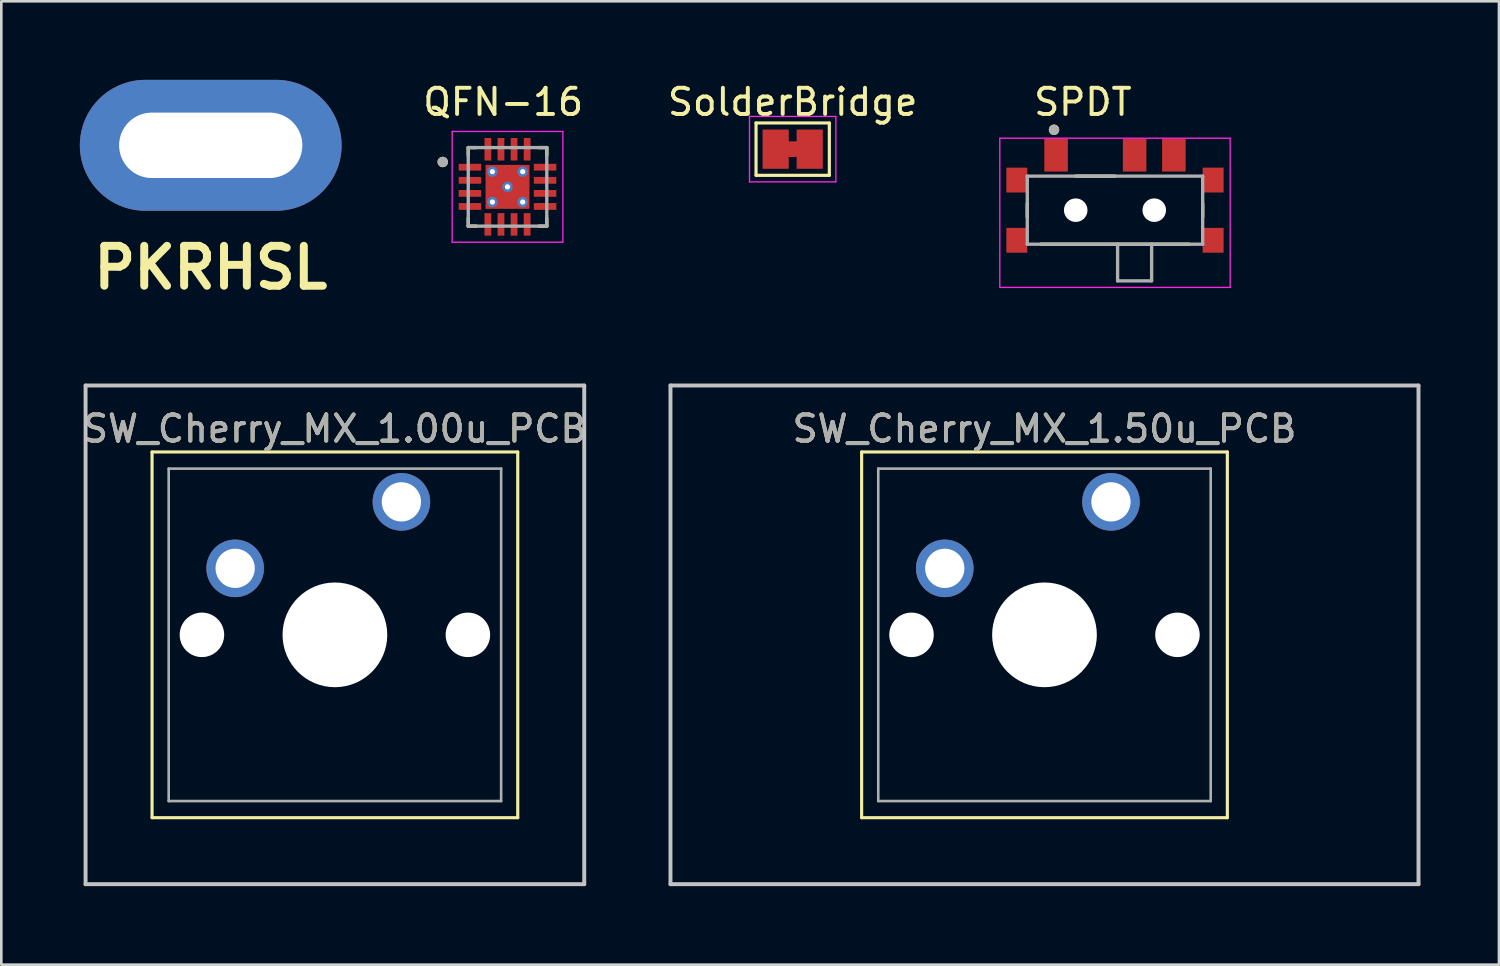
<source format=kicad_pcb>
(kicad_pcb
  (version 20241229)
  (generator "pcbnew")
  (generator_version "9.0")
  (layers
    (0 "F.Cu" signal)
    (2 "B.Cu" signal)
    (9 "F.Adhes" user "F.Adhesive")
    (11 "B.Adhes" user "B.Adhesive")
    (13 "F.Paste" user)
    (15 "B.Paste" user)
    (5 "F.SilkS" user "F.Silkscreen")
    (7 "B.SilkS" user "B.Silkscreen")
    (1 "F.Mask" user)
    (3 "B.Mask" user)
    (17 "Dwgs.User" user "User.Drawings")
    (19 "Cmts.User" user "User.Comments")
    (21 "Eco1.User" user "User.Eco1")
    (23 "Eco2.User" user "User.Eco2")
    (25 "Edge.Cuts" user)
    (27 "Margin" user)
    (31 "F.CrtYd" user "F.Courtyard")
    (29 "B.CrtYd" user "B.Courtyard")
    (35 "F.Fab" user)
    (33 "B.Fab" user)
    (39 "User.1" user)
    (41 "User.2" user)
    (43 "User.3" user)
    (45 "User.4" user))
  (footprint "SW_Cherry_MX_1.00u_PCB"
    (layer "F.Cu")
    (at 12.284 16.122)
    (property "Reference" "SW_Cherry_MX_1.00u_PCB" (at -2.54 -2.794 0) (layer "F.SilkS") (effects (font (size 1 1) (thickness 0.15))))
    (attr through_hole)
    (fp_line (start -9.525 -1.905) (end 4.445 -1.905) (stroke (width 0.12) (type solid)) (layer "F.SilkS"))
    (fp_line (start -9.525 12.065) (end -9.525 -1.905) (stroke (width 0.12) (type solid)) (layer "F.SilkS"))
    (fp_line (start 4.445 -1.905) (end 4.445 12.065) (stroke (width 0.12) (type solid)) (layer "F.SilkS"))
    (fp_line (start 4.445 12.065) (end -9.525 12.065) (stroke (width 0.12) (type solid)) (layer "F.SilkS"))
    (fp_line (start -12.065 -4.445) (end 6.985 -4.445) (stroke (width 0.15) (type solid)) (layer "Dwgs.User"))
    (fp_line (start -12.065 14.605) (end -12.065 -4.445) (stroke (width 0.15) (type solid)) (layer "Dwgs.User"))
    (fp_line (start 6.985 -4.445) (end 6.985 14.605) (stroke (width 0.15) (type solid)) (layer "Dwgs.User"))
    (fp_line (start 6.985 14.605) (end -12.065 14.605) (stroke (width 0.15) (type solid)) (layer "Dwgs.User"))
    (fp_line (start -8.89 -1.27) (end 3.81 -1.27) (stroke (width 0.1) (type solid)) (layer "F.Fab"))
    (fp_line (start -8.89 11.43) (end -8.89 -1.27) (stroke (width 0.1) (type solid)) (layer "F.Fab"))
    (fp_line (start 3.81 -1.27) (end 3.81 11.43) (stroke (width 0.1) (type solid)) (layer "F.Fab"))
    (fp_line (start 3.81 11.43) (end -8.89 11.43) (stroke (width 0.1) (type solid)) (layer "F.Fab"))
    (fp_text user "${REFERENCE}" (at -2.54 -2.794 0) (layer "F.Fab") (effects (font (size 1 1) (thickness 0.15))))
    (pad "" np_thru_hole circle (at -7.62 5.08) (size 1.7 1.7) (drill 1.7) (layers "*.Cu" "*.Mask"))
    (pad "" np_thru_hole circle (at -2.54 5.08) (size 4 4) (drill 4) (layers "*.Cu" "*.Mask"))
    (pad "" np_thru_hole circle (at 2.54 5.08) (size 1.7 1.7) (drill 1.7) (layers "*.Cu" "*.Mask"))
    (pad "1" thru_hole circle (at 0 0) (size 2.2 2.2) (drill 1.5) (layers "*.Cu" "*.Mask"))
    (pad "2" thru_hole circle (at -6.35 2.54) (size 2.2 2.2) (drill 1.5) (layers "*.Cu" "*.Mask")))
  (footprint "PKRHSL"
    (layer "F.Cu")
    (at 5 2.501)
    (property "Reference" "PKRHSL" (at 0 4.675 0) (layer "F.SilkS") (effects (font (size 1.524 1.524) (thickness 0.305))))
    (attr exclude_from_pos_files exclude_from_bom)
    (pad "" thru_hole oval (at 0 0) (size 10 5.001) (drill oval 7 2.499) (layers "*.Cu" "*.Mask")))
  (footprint "SW_Cherry_MX_1.50u_PCB"
    (layer "F.Cu")
    (at 39.391 16.122)
    (property "Reference" "SW_Cherry_MX_1.50u_PCB" (at -2.54 -2.794 0) (layer "F.SilkS") (effects (font (size 1 1) (thickness 0.15))))
    (attr through_hole)
    (fp_line (start -9.525 -1.905) (end 4.445 -1.905) (stroke (width 0.12) (type solid)) (layer "F.SilkS"))
    (fp_line (start -9.525 12.065) (end -9.525 -1.905) (stroke (width 0.12) (type solid)) (layer "F.SilkS"))
    (fp_line (start 4.445 -1.905) (end 4.445 12.065) (stroke (width 0.12) (type solid)) (layer "F.SilkS"))
    (fp_line (start 4.445 12.065) (end -9.525 12.065) (stroke (width 0.12) (type solid)) (layer "F.SilkS"))
    (fp_line (start -16.828 -4.445) (end 11.748 -4.445) (stroke (width 0.15) (type solid)) (layer "Dwgs.User"))
    (fp_line (start -16.828 14.605) (end -16.828 -4.445) (stroke (width 0.15) (type solid)) (layer "Dwgs.User"))
    (fp_line (start 11.748 -4.445) (end 11.748 14.605) (stroke (width 0.15) (type solid)) (layer "Dwgs.User"))
    (fp_line (start 11.748 14.605) (end -16.828 14.605) (stroke (width 0.15) (type solid)) (layer "Dwgs.User"))
    (fp_line (start -8.89 -1.27) (end 3.81 -1.27) (stroke (width 0.1) (type solid)) (layer "F.Fab"))
    (fp_line (start -8.89 11.43) (end -8.89 -1.27) (stroke (width 0.1) (type solid)) (layer "F.Fab"))
    (fp_line (start 3.81 -1.27) (end 3.81 11.43) (stroke (width 0.1) (type solid)) (layer "F.Fab"))
    (fp_line (start 3.81 11.43) (end -8.89 11.43) (stroke (width 0.1) (type solid)) (layer "F.Fab"))
    (fp_text user "${REFERENCE}" (at -2.54 -2.794 0) (layer "F.Fab") (effects (font (size 1 1) (thickness 0.15))))
    (pad "" np_thru_hole circle (at -7.62 5.08) (size 1.7 1.7) (drill 1.7) (layers "*.Cu" "*.Mask"))
    (pad "" np_thru_hole circle (at -2.54 5.08) (size 4 4) (drill 4) (layers "*.Cu" "*.Mask"))
    (pad "" np_thru_hole circle (at 2.54 5.08) (size 1.7 1.7) (drill 1.7) (layers "*.Cu" "*.Mask"))
    (pad "1" thru_hole circle (at 0 0) (size 2.2 2.2) (drill 1.5) (layers "*.Cu" "*.Mask"))
    (pad "2" thru_hole circle (at -6.35 2.54) (size 2.2 2.2) (drill 1.5) (layers "*.Cu" "*.Mask")))
  (footprint "SolderBridge"
    (layer "F.Cu")
    (at 27.232 2.648)
    (property "Reference" "SolderBridge" (at 0 -1.8 0) (layer "F.SilkS") (effects (font (size 1 1) (thickness 0.15))))
    (attr exclude_from_pos_files exclude_from_bom)
    (fp_poly (pts (xy -0.25 -0.3) (xy 0.25 -0.3) (xy 0.25 0.3) (xy -0.25 0.3)) (stroke (width 0) (type solid)) (fill yes) (layer "F.Cu"))
    (fp_line (start -1.4 -1) (end 1.4 -1) (stroke (width 0.12) (type solid)) (layer "F.SilkS"))
    (fp_line (start -1.4 1) (end -1.4 -1) (stroke (width 0.12) (type solid)) (layer "F.SilkS"))
    (fp_line (start 1.4 -1) (end 1.4 1) (stroke (width 0.12) (type solid)) (layer "F.SilkS"))
    (fp_line (start 1.4 1) (end -1.4 1) (stroke (width 0.12) (type solid)) (layer "F.SilkS"))
    (fp_line (start -1.65 -1.25) (end -1.65 1.25) (stroke (width 0.05) (type solid)) (layer "F.CrtYd"))
    (fp_line (start -1.65 -1.25) (end 1.65 -1.25) (stroke (width 0.05) (type solid)) (layer "F.CrtYd"))
    (fp_line (start 1.65 1.25) (end -1.65 1.25) (stroke (width 0.05) (type solid)) (layer "F.CrtYd"))
    (fp_line (start 1.65 1.25) (end 1.65 -1.25) (stroke (width 0.05) (type solid)) (layer "F.CrtYd"))
    (pad "1" smd rect (at -0.65 0) (size 1 1.5) (layers "F.Cu" "F.Mask"))
    (pad "2" smd rect (at 0.65 0) (size 1 1.5) (layers "F.Cu" "F.Mask")))
  (footprint "QFN-16"
    (layer "F.Cu")
    (at 16.338 4.088)
    (property "Reference" "QFN-16" (at -0.165 -3.24 0) (layer "F.SilkS") (effects (font (size 1 1) (thickness 0.15))))
    (attr smd)
    (fp_line (start -1.5 -1.5) (end -1.5 -1.2) (stroke (width 0.127) (type solid)) (layer "F.SilkS"))
    (fp_line (start -1.5 -1.5) (end -1.2 -1.5) (stroke (width 0.127) (type solid)) (layer "F.SilkS"))
    (fp_line (start -1.5 1.5) (end -1.5 1.2) (stroke (width 0.127) (type solid)) (layer "F.SilkS"))
    (fp_line (start -1.5 1.5) (end -1.2 1.5) (stroke (width 0.127) (type solid)) (layer "F.SilkS"))
    (fp_line (start 1.5 -1.5) (end 1.2 -1.5) (stroke (width 0.127) (type solid)) (layer "F.SilkS"))
    (fp_line (start 1.5 -1.5) (end 1.5 -1.2) (stroke (width 0.127) (type solid)) (layer "F.SilkS"))
    (fp_line (start 1.5 1.5) (end 1.2 1.5) (stroke (width 0.127) (type solid)) (layer "F.SilkS"))
    (fp_line (start 1.5 1.5) (end 1.5 1.2) (stroke (width 0.127) (type solid)) (layer "F.SilkS"))
    (fp_circle (center -2.475 -0.95) (end -2.375 -0.95) (stroke (width 0.2) (type solid)) (fill no) (layer "F.SilkS"))
    (fp_poly (pts (xy -0.53 -0.53) (xy 0.53 -0.53) (xy 0.53 0.53) (xy -0.53 0.53)) (stroke (width 0.01) (type solid)) (fill yes) (layer "F.Paste"))
    (fp_line (start -2.115 -2.115) (end 2.115 -2.115) (stroke (width 0.05) (type solid)) (layer "F.CrtYd"))
    (fp_line (start -2.115 2.115) (end -2.115 -2.115) (stroke (width 0.05) (type solid)) (layer "F.CrtYd"))
    (fp_line (start -2.115 2.115) (end 2.115 2.115) (stroke (width 0.05) (type solid)) (layer "F.CrtYd"))
    (fp_line (start 2.115 2.115) (end 2.115 -2.115) (stroke (width 0.05) (type solid)) (layer "F.CrtYd"))
    (fp_line (start -1.5 1.5) (end -1.5 -1.5) (stroke (width 0.127) (type solid)) (layer "F.Fab"))
    (fp_line (start 1.5 -1.5) (end -1.5 -1.5) (stroke (width 0.127) (type solid)) (layer "F.Fab"))
    (fp_line (start 1.5 1.5) (end -1.5 1.5) (stroke (width 0.127) (type solid)) (layer "F.Fab"))
    (fp_line (start 1.5 1.5) (end 1.5 -1.5) (stroke (width 0.127) (type solid)) (layer "F.Fab"))
    (fp_circle (center -2.475 -0.95) (end -2.375 -0.95) (stroke (width 0.2) (type solid)) (fill no) (layer "F.Fab"))
    (pad "1" smd roundrect (at -1.435 -0.75) (size 0.86 0.26) (layers "F.Cu" "F.Mask" "F.Paste") (roundrect_rratio 0.03))
    (pad "2" smd roundrect (at -1.435 -0.25) (size 0.86 0.26) (layers "F.Cu" "F.Mask" "F.Paste") (roundrect_rratio 0.03))
    (pad "3" smd roundrect (at -1.435 0.25) (size 0.86 0.26) (layers "F.Cu" "F.Mask" "F.Paste") (roundrect_rratio 0.03))
    (pad "4" smd roundrect (at -1.435 0.75) (size 0.86 0.26) (layers "F.Cu" "F.Mask" "F.Paste") (roundrect_rratio 0.03))
    (pad "5" smd roundrect (at -0.75 1.435 90) (size 0.86 0.26) (layers "F.Cu" "F.Mask" "F.Paste") (roundrect_rratio 0.03))
    (pad "6" smd roundrect (at -0.25 1.435 90) (size 0.86 0.26) (layers "F.Cu" "F.Mask" "F.Paste") (roundrect_rratio 0.03))
    (pad "7" smd roundrect (at 0.25 1.435 90) (size 0.86 0.26) (layers "F.Cu" "F.Mask" "F.Paste") (roundrect_rratio 0.03))
    (pad "8" smd roundrect (at 0.75 1.435 90) (size 0.86 0.26) (layers "F.Cu" "F.Mask" "F.Paste") (roundrect_rratio 0.03))
    (pad "9" smd roundrect (at 1.435 0.75) (size 0.86 0.26) (layers "F.Cu" "F.Mask" "F.Paste") (roundrect_rratio 0.03))
    (pad "10" smd roundrect (at 1.435 0.25) (size 0.86 0.26) (layers "F.Cu" "F.Mask" "F.Paste") (roundrect_rratio 0.03))
    (pad "11" smd roundrect (at 1.435 -0.25) (size 0.86 0.26) (layers "F.Cu" "F.Mask" "F.Paste") (roundrect_rratio 0.03))
    (pad "12" smd roundrect (at 1.435 -0.75) (size 0.86 0.26) (layers "F.Cu" "F.Mask" "F.Paste") (roundrect_rratio 0.03))
    (pad "13" smd roundrect (at 0.75 -1.435 90) (size 0.86 0.26) (layers "F.Cu" "F.Mask" "F.Paste") (roundrect_rratio 0.03))
    (pad "14" smd roundrect (at 0.25 -1.435 90) (size 0.86 0.26) (layers "F.Cu" "F.Mask" "F.Paste") (roundrect_rratio 0.03))
    (pad "15" smd roundrect (at -0.25 -1.435 90) (size 0.86 0.26) (layers "F.Cu" "F.Mask" "F.Paste") (roundrect_rratio 0.03))
    (pad "16" smd roundrect (at -0.75 -1.435 90) (size 0.86 0.26) (layers "F.Cu" "F.Mask" "F.Paste") (roundrect_rratio 0.03))
    (pad "17" smd rect (at 0 0) (size 1.68 1.68) (layers "F.Cu" "F.Mask"))
    (pad "18" thru_hole circle (at 0 0) (size 0.4 0.4) (drill 0.2) (layers "*.Cu"))
    (pad "19" thru_hole circle (at -0.58 -0.58) (size 0.4 0.4) (drill 0.2) (layers "*.Cu"))
    (pad "20" thru_hole circle (at 0.58 -0.58) (size 0.4 0.4) (drill 0.2) (layers "*.Cu"))
    (pad "21" thru_hole circle (at -0.58 0.58) (size 0.4 0.4) (drill 0.2) (layers "*.Cu"))
    (pad "22" thru_hole circle (at 0.58 0.58) (size 0.4 0.4) (drill 0.2) (layers "*.Cu")))
  (footprint "SPDT"
    (layer "F.Cu")
    (at 39.544 4.979)
    (property "Reference" "SPDT" (at -1.225 -4.131 0) (layer "F.SilkS") (effects (font (size 1 1) (thickness 0.15))))
    (attr smd)
    (fp_line (start -3.35 -0.254) (end -3.35 0.254) (stroke (width 0.127) (type solid)) (layer "F.SilkS"))
    (fp_line (start -2.83 1.3) (end 2.83 1.3) (stroke (width 0.127) (type solid)) (layer "F.SilkS"))
    (fp_line (start -1.5 -1.3) (end 0 -1.3) (stroke (width 0.127) (type solid)) (layer "F.SilkS"))
    (fp_line (start 3.35 -0.254) (end 3.35 0.254) (stroke (width 0.127) (type solid)) (layer "F.SilkS"))
    (fp_circle (center -2.329 -3.071) (end -2.229 -3.071) (stroke (width 0.2) (type solid)) (fill no) (layer "F.SilkS"))
    (fp_line (start -4.4 -2.75) (end -4.4 2.95) (stroke (width 0.05) (type solid)) (layer "F.CrtYd"))
    (fp_line (start -4.4 2.95) (end 4.4 2.95) (stroke (width 0.05) (type solid)) (layer "F.CrtYd"))
    (fp_line (start 4.4 -2.75) (end -4.4 -2.75) (stroke (width 0.05) (type solid)) (layer "F.CrtYd"))
    (fp_line (start 4.4 2.95) (end 4.4 -2.75) (stroke (width 0.05) (type solid)) (layer "F.CrtYd"))
    (fp_line (start -3.35 -1.3) (end 3.35 -1.3) (stroke (width 0.127) (type solid)) (layer "F.Fab"))
    (fp_line (start -3.35 1.3) (end -3.35 -1.3) (stroke (width 0.127) (type solid)) (layer "F.Fab"))
    (fp_line (start 0.1 1.3) (end -3.35 1.3) (stroke (width 0.127) (type solid)) (layer "F.Fab"))
    (fp_line (start 0.1 1.3) (end 0.1 2.7) (stroke (width 0.127) (type solid)) (layer "F.Fab"))
    (fp_line (start 0.1 1.3) (end 1.4 1.3) (stroke (width 0.127) (type solid)) (layer "F.Fab"))
    (fp_line (start 0.1 2.7) (end 1.4 2.7) (stroke (width 0.127) (type solid)) (layer "F.Fab"))
    (fp_line (start 1.4 2.7) (end 1.4 1.3) (stroke (width 0.127) (type solid)) (layer "F.Fab"))
    (fp_line (start 3.35 -1.3) (end 3.35 1.3) (stroke (width 0.127) (type solid)) (layer "F.Fab"))
    (fp_line (start 3.35 1.3) (end 1.4 1.3) (stroke (width 0.127) (type solid)) (layer "F.Fab"))
    (fp_circle (center -2.329 -3.071) (end -2.229 -3.071) (stroke (width 0.2) (type solid)) (fill no) (layer "F.Fab"))
    (pad "" smd rect (at -3.75 -1.15) (size 0.8 0.95) (layers "F.Cu" "F.Mask" "F.Paste"))
    (pad "" smd rect (at -3.75 1.15) (size 0.8 0.95) (layers "F.Cu" "F.Mask" "F.Paste"))
    (pad "" np_thru_hole circle (at -1.5 0) (size 0.9 0.9) (drill 0.9) (layers "*.Cu" "*.Mask"))
    (pad "" np_thru_hole circle (at 1.5 0) (size 0.9 0.9) (drill 0.9) (layers "*.Cu" "*.Mask"))
    (pad "" smd rect (at 3.75 -1.15) (size 0.8 0.95) (layers "F.Cu" "F.Mask" "F.Paste"))
    (pad "" smd rect (at 3.75 1.15) (size 0.8 0.95) (layers "F.Cu" "F.Mask" "F.Paste"))
    (pad "1" smd rect (at -2.25 -2.1) (size 0.9 1.25) (layers "F.Cu" "F.Mask" "F.Paste"))
    (pad "2" smd rect (at 0.75 -2.1) (size 0.9 1.25) (layers "F.Cu" "F.Mask" "F.Paste"))
    (pad "3" smd rect (at 2.25 -2.1) (size 0.9 1.25) (layers "F.Cu" "F.Mask" "F.Paste")))
  (gr_rect
    (start -3 -3)
    (end 54.213 33.802)
    (stroke (width 0.1) (type default))
    (fill no)
    (layer "Edge.Cuts")))
</source>
